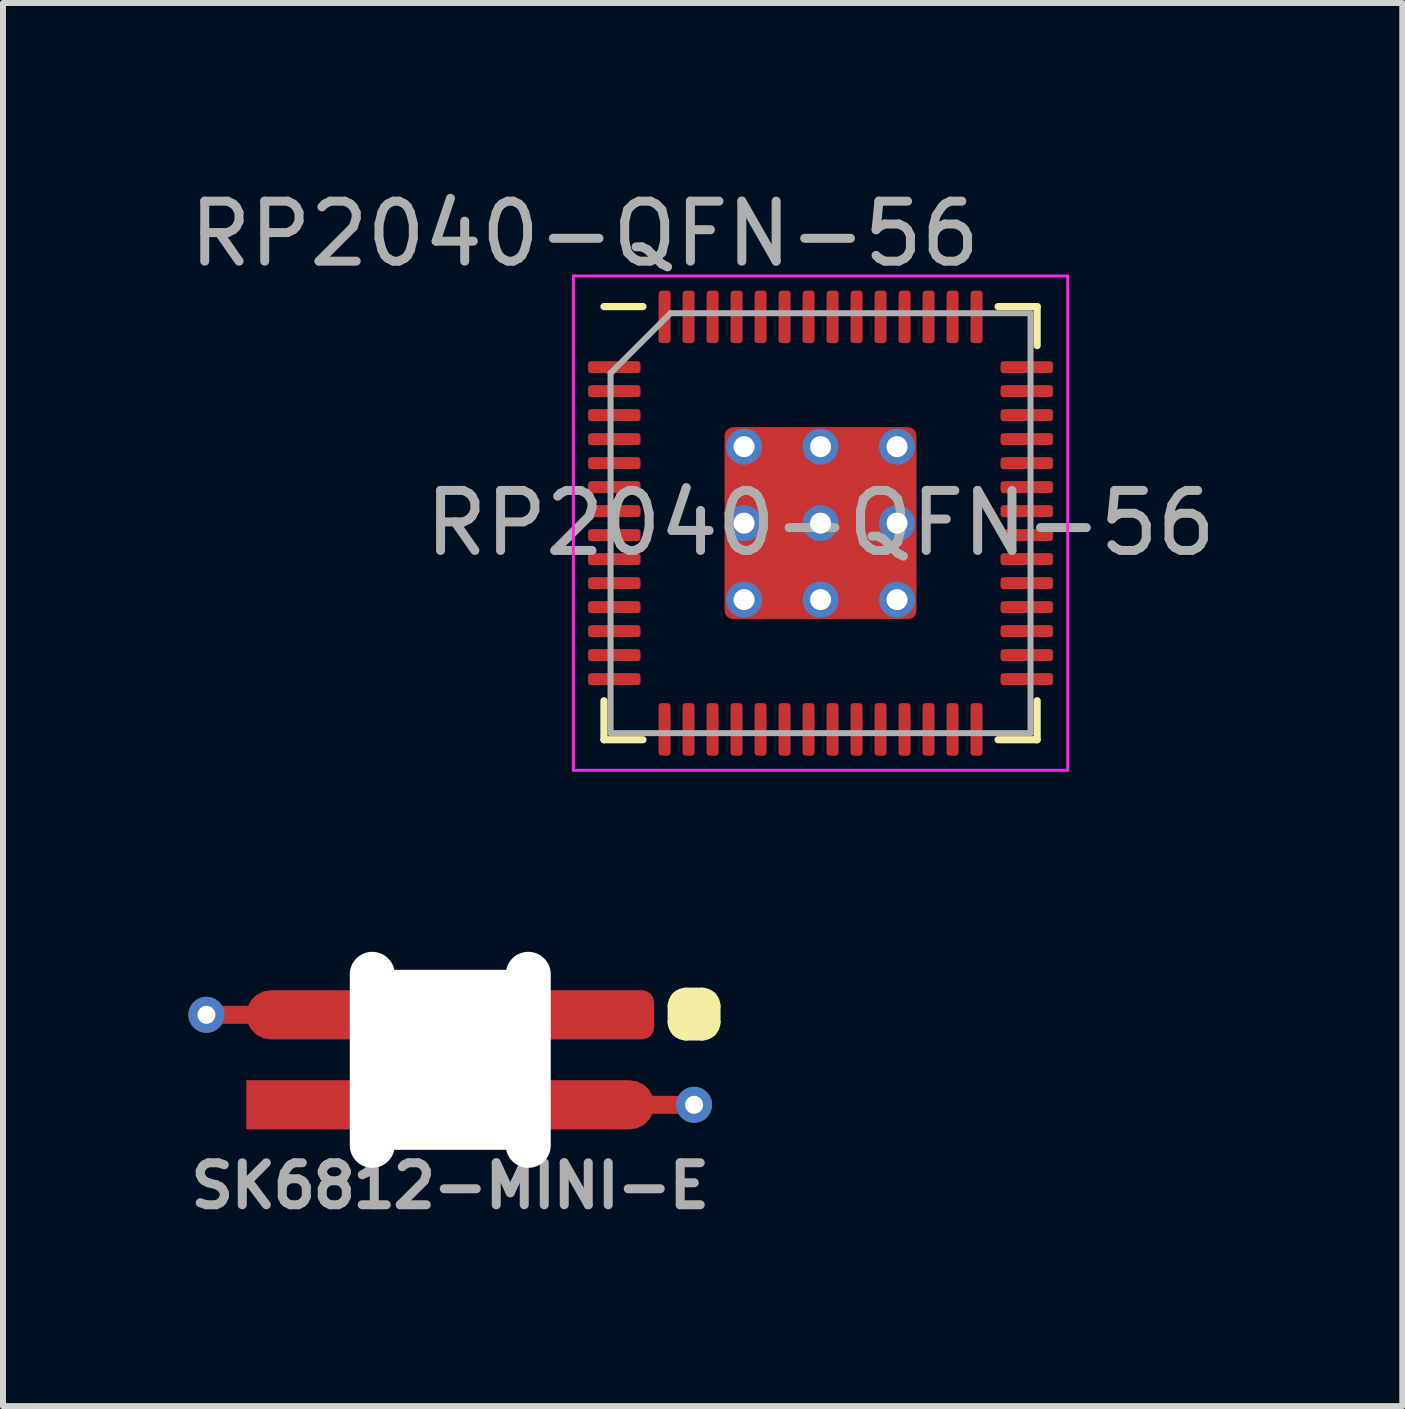
<source format=kicad_pcb>
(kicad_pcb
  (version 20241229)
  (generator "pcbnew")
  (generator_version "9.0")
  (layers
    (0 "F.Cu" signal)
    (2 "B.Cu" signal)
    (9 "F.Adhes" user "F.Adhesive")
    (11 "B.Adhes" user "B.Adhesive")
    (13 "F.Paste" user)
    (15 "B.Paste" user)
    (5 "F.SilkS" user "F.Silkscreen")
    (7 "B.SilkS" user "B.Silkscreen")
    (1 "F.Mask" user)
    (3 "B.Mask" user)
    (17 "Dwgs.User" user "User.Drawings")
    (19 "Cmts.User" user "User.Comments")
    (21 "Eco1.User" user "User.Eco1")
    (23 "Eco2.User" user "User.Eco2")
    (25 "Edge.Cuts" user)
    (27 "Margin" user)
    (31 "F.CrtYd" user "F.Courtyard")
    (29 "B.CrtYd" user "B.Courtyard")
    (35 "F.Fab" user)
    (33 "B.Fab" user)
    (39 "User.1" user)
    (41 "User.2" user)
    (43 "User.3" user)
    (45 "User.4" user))
  (footprint "RP2040-QFN-56"
    (layer "F.Cu")
    (at 10.627 5.67)
    (property "Reference" "RP2040-QFN-56" (at -3.931 -4.822 180) (layer "F.Fab") (effects (font (size 1 1) (thickness 0.15))))
    (attr smd)
    (fp_line (start -3.61 3.61) (end -3.61 2.96) (stroke (width 0.12) (type solid)) (layer "F.SilkS"))
    (fp_line (start -2.96 -3.61) (end -3.61 -3.61) (stroke (width 0.12) (type solid)) (layer "F.SilkS"))
    (fp_line (start -2.96 3.61) (end -3.61 3.61) (stroke (width 0.12) (type solid)) (layer "F.SilkS"))
    (fp_line (start 2.96 -3.61) (end 3.61 -3.61) (stroke (width 0.12) (type solid)) (layer "F.SilkS"))
    (fp_line (start 2.96 3.61) (end 3.61 3.61) (stroke (width 0.12) (type solid)) (layer "F.SilkS"))
    (fp_line (start 3.61 -3.61) (end 3.61 -2.96) (stroke (width 0.12) (type solid)) (layer "F.SilkS"))
    (fp_line (start 3.61 3.61) (end 3.61 2.96) (stroke (width 0.12) (type solid)) (layer "F.SilkS"))
    (fp_line (start -4.12 -4.12) (end -4.12 4.12) (stroke (width 0.05) (type solid)) (layer "F.CrtYd"))
    (fp_line (start -4.12 4.12) (end 4.12 4.12) (stroke (width 0.05) (type solid)) (layer "F.CrtYd"))
    (fp_line (start 4.12 -4.12) (end -4.12 -4.12) (stroke (width 0.05) (type solid)) (layer "F.CrtYd"))
    (fp_line (start 4.12 4.12) (end 4.12 -4.12) (stroke (width 0.05) (type solid)) (layer "F.CrtYd"))
    (fp_line (start -3.5 -2.5) (end -2.5 -3.5) (stroke (width 0.1) (type solid)) (layer "F.Fab"))
    (fp_line (start -3.5 3.5) (end -3.5 -2.5) (stroke (width 0.1) (type solid)) (layer "F.Fab"))
    (fp_line (start -2.5 -3.5) (end 3.5 -3.5) (stroke (width 0.1) (type solid)) (layer "F.Fab"))
    (fp_line (start 3.5 -3.5) (end 3.5 3.5) (stroke (width 0.1) (type solid)) (layer "F.Fab"))
    (fp_line (start 3.5 3.5) (end -3.5 3.5) (stroke (width 0.1) (type solid)) (layer "F.Fab"))
    (fp_text user "${REFERENCE}" (at 0 0 180) (layer "F.Fab") (effects (font (size 1 1) (thickness 0.15))))
    (pad "" smd roundrect (at -0.637 -0.637) (size 1.084 1.084) (layers "F.Paste") (roundrect_rratio 0.231))
    (pad "" smd roundrect (at -0.637 0.637) (size 1.084 1.084) (layers "F.Paste") (roundrect_rratio 0.231))
    (pad "" smd roundrect (at 0.637 -0.637) (size 1.084 1.084) (layers "F.Paste") (roundrect_rratio 0.231))
    (pad "" smd roundrect (at 0.637 0.637) (size 1.084 1.084) (layers "F.Paste") (roundrect_rratio 0.231))
    (pad "1" smd roundrect (at -3.438 -2.6) (size 0.875 0.2) (layers "F.Cu" "F.Mask" "F.Paste") (roundrect_rratio 0.25))
    (pad "2" smd roundrect (at -3.438 -2.2) (size 0.875 0.2) (layers "F.Cu" "F.Mask" "F.Paste") (roundrect_rratio 0.25))
    (pad "3" smd roundrect (at -3.438 -1.8) (size 0.875 0.2) (layers "F.Cu" "F.Mask" "F.Paste") (roundrect_rratio 0.25))
    (pad "4" smd roundrect (at -3.438 -1.4) (size 0.875 0.2) (layers "F.Cu" "F.Mask" "F.Paste") (roundrect_rratio 0.25))
    (pad "5" smd roundrect (at -3.438 -1) (size 0.875 0.2) (layers "F.Cu" "F.Mask" "F.Paste") (roundrect_rratio 0.25))
    (pad "6" smd roundrect (at -3.438 -0.6) (size 0.875 0.2) (layers "F.Cu" "F.Mask" "F.Paste") (roundrect_rratio 0.25))
    (pad "7" smd roundrect (at -3.438 -0.2) (size 0.875 0.2) (layers "F.Cu" "F.Mask" "F.Paste") (roundrect_rratio 0.25))
    (pad "8" smd roundrect (at -3.438 0.2) (size 0.875 0.2) (layers "F.Cu" "F.Mask" "F.Paste") (roundrect_rratio 0.25))
    (pad "9" smd roundrect (at -3.438 0.6) (size 0.875 0.2) (layers "F.Cu" "F.Mask" "F.Paste") (roundrect_rratio 0.25))
    (pad "10" smd roundrect (at -3.438 1) (size 0.875 0.2) (layers "F.Cu" "F.Mask" "F.Paste") (roundrect_rratio 0.25))
    (pad "11" smd roundrect (at -3.438 1.4) (size 0.875 0.2) (layers "F.Cu" "F.Mask" "F.Paste") (roundrect_rratio 0.25))
    (pad "12" smd roundrect (at -3.438 1.8) (size 0.875 0.2) (layers "F.Cu" "F.Mask" "F.Paste") (roundrect_rratio 0.25))
    (pad "13" smd roundrect (at -3.438 2.2) (size 0.875 0.2) (layers "F.Cu" "F.Mask" "F.Paste") (roundrect_rratio 0.25))
    (pad "14" smd roundrect (at -3.438 2.6) (size 0.875 0.2) (layers "F.Cu" "F.Mask" "F.Paste") (roundrect_rratio 0.25))
    (pad "15" smd roundrect (at -2.6 3.438) (size 0.2 0.875) (layers "F.Cu" "F.Mask" "F.Paste") (roundrect_rratio 0.25))
    (pad "16" smd roundrect (at -2.2 3.438) (size 0.2 0.875) (layers "F.Cu" "F.Mask" "F.Paste") (roundrect_rratio 0.25))
    (pad "17" smd roundrect (at -1.8 3.438) (size 0.2 0.875) (layers "F.Cu" "F.Mask" "F.Paste") (roundrect_rratio 0.25))
    (pad "18" smd roundrect (at -1.4 3.438) (size 0.2 0.875) (layers "F.Cu" "F.Mask" "F.Paste") (roundrect_rratio 0.25))
    (pad "19" smd roundrect (at -1 3.438) (size 0.2 0.875) (layers "F.Cu" "F.Mask" "F.Paste") (roundrect_rratio 0.25))
    (pad "20" smd roundrect (at -0.6 3.438) (size 0.2 0.875) (layers "F.Cu" "F.Mask" "F.Paste") (roundrect_rratio 0.25))
    (pad "21" smd roundrect (at -0.2 3.438) (size 0.2 0.875) (layers "F.Cu" "F.Mask" "F.Paste") (roundrect_rratio 0.25))
    (pad "22" smd roundrect (at 0.2 3.438) (size 0.2 0.875) (layers "F.Cu" "F.Mask" "F.Paste") (roundrect_rratio 0.25))
    (pad "23" smd roundrect (at 0.6 3.438) (size 0.2 0.875) (layers "F.Cu" "F.Mask" "F.Paste") (roundrect_rratio 0.25))
    (pad "24" smd roundrect (at 1 3.438) (size 0.2 0.875) (layers "F.Cu" "F.Mask" "F.Paste") (roundrect_rratio 0.25))
    (pad "25" smd roundrect (at 1.4 3.438) (size 0.2 0.875) (layers "F.Cu" "F.Mask" "F.Paste") (roundrect_rratio 0.25))
    (pad "26" smd roundrect (at 1.8 3.438) (size 0.2 0.875) (layers "F.Cu" "F.Mask" "F.Paste") (roundrect_rratio 0.25))
    (pad "27" smd roundrect (at 2.2 3.438) (size 0.2 0.875) (layers "F.Cu" "F.Mask" "F.Paste") (roundrect_rratio 0.25))
    (pad "28" smd roundrect (at 2.6 3.438) (size 0.2 0.875) (layers "F.Cu" "F.Mask" "F.Paste") (roundrect_rratio 0.25))
    (pad "29" smd roundrect (at 3.438 2.6) (size 0.875 0.2) (layers "F.Cu" "F.Mask" "F.Paste") (roundrect_rratio 0.25))
    (pad "30" smd roundrect (at 3.438 2.2) (size 0.875 0.2) (layers "F.Cu" "F.Mask" "F.Paste") (roundrect_rratio 0.25))
    (pad "31" smd roundrect (at 3.438 1.8) (size 0.875 0.2) (layers "F.Cu" "F.Mask" "F.Paste") (roundrect_rratio 0.25))
    (pad "32" smd roundrect (at 3.438 1.4) (size 0.875 0.2) (layers "F.Cu" "F.Mask" "F.Paste") (roundrect_rratio 0.25))
    (pad "33" smd roundrect (at 3.438 1) (size 0.875 0.2) (layers "F.Cu" "F.Mask" "F.Paste") (roundrect_rratio 0.25))
    (pad "34" smd roundrect (at 3.438 0.6) (size 0.875 0.2) (layers "F.Cu" "F.Mask" "F.Paste") (roundrect_rratio 0.25))
    (pad "35" smd roundrect (at 3.438 0.2) (size 0.875 0.2) (layers "F.Cu" "F.Mask" "F.Paste") (roundrect_rratio 0.25))
    (pad "36" smd roundrect (at 3.438 -0.2) (size 0.875 0.2) (layers "F.Cu" "F.Mask" "F.Paste") (roundrect_rratio 0.25))
    (pad "37" smd roundrect (at 3.438 -0.6) (size 0.875 0.2) (layers "F.Cu" "F.Mask" "F.Paste") (roundrect_rratio 0.25))
    (pad "38" smd roundrect (at 3.438 -1) (size 0.875 0.2) (layers "F.Cu" "F.Mask" "F.Paste") (roundrect_rratio 0.25))
    (pad "39" smd roundrect (at 3.438 -1.4) (size 0.875 0.2) (layers "F.Cu" "F.Mask" "F.Paste") (roundrect_rratio 0.25))
    (pad "40" smd roundrect (at 3.438 -1.8) (size 0.875 0.2) (layers "F.Cu" "F.Mask" "F.Paste") (roundrect_rratio 0.25))
    (pad "41" smd roundrect (at 3.438 -2.2) (size 0.875 0.2) (layers "F.Cu" "F.Mask" "F.Paste") (roundrect_rratio 0.25))
    (pad "42" smd roundrect (at 3.438 -2.6) (size 0.875 0.2) (layers "F.Cu" "F.Mask" "F.Paste") (roundrect_rratio 0.25))
    (pad "43" smd roundrect (at 2.6 -3.438) (size 0.2 0.875) (layers "F.Cu" "F.Mask" "F.Paste") (roundrect_rratio 0.25))
    (pad "44" smd roundrect (at 2.2 -3.438) (size 0.2 0.875) (layers "F.Cu" "F.Mask" "F.Paste") (roundrect_rratio 0.25))
    (pad "45" smd roundrect (at 1.8 -3.438) (size 0.2 0.875) (layers "F.Cu" "F.Mask" "F.Paste") (roundrect_rratio 0.25))
    (pad "46" smd roundrect (at 1.4 -3.438) (size 0.2 0.875) (layers "F.Cu" "F.Mask" "F.Paste") (roundrect_rratio 0.25))
    (pad "47" smd roundrect (at 1 -3.438) (size 0.2 0.875) (layers "F.Cu" "F.Mask" "F.Paste") (roundrect_rratio 0.25))
    (pad "48" smd roundrect (at 0.6 -3.438) (size 0.2 0.875) (layers "F.Cu" "F.Mask" "F.Paste") (roundrect_rratio 0.25))
    (pad "49" smd roundrect (at 0.2 -3.438) (size 0.2 0.875) (layers "F.Cu" "F.Mask" "F.Paste") (roundrect_rratio 0.25))
    (pad "50" smd roundrect (at -0.2 -3.438) (size 0.2 0.875) (layers "F.Cu" "F.Mask" "F.Paste") (roundrect_rratio 0.25))
    (pad "51" smd roundrect (at -0.6 -3.438) (size 0.2 0.875) (layers "F.Cu" "F.Mask" "F.Paste") (roundrect_rratio 0.25))
    (pad "52" smd roundrect (at -1 -3.438) (size 0.2 0.875) (layers "F.Cu" "F.Mask" "F.Paste") (roundrect_rratio 0.25))
    (pad "53" smd roundrect (at -1.4 -3.438) (size 0.2 0.875) (layers "F.Cu" "F.Mask" "F.Paste") (roundrect_rratio 0.25))
    (pad "54" smd roundrect (at -1.8 -3.438) (size 0.2 0.875) (layers "F.Cu" "F.Mask" "F.Paste") (roundrect_rratio 0.25))
    (pad "55" smd roundrect (at -2.2 -3.438) (size 0.2 0.875) (layers "F.Cu" "F.Mask" "F.Paste") (roundrect_rratio 0.25))
    (pad "56" smd roundrect (at -2.6 -3.438) (size 0.2 0.875) (layers "F.Cu" "F.Mask" "F.Paste") (roundrect_rratio 0.25))
    (pad "57" thru_hole circle (at -1.275 -1.275) (size 0.6 0.6) (drill 0.35) (layers "*.Cu"))
    (pad "57" thru_hole circle (at -1.275 0) (size 0.6 0.6) (drill 0.35) (layers "*.Cu"))
    (pad "57" thru_hole circle (at -1.275 1.275) (size 0.6 0.6) (drill 0.35) (layers "*.Cu"))
    (pad "57" thru_hole circle (at 0 -1.275) (size 0.6 0.6) (drill 0.35) (layers "*.Cu"))
    (pad "57" thru_hole circle (at 0 0) (size 0.6 0.6) (drill 0.35) (layers "*.Cu"))
    (pad "57" smd roundrect (at 0 0) (size 3.2 3.2) (layers "F.Cu" "F.Mask") (roundrect_rratio 0.045))
    (pad "57" thru_hole circle (at 0 1.275) (size 0.6 0.6) (drill 0.35) (layers "*.Cu"))
    (pad "57" thru_hole circle (at 1.275 -1.275) (size 0.6 0.6) (drill 0.35) (layers "*.Cu"))
    (pad "57" thru_hole circle (at 1.275 0) (size 0.6 0.6) (drill 0.35) (layers "*.Cu"))
    (pad "57" thru_hole circle (at 1.275 1.275) (size 0.6 0.6) (drill 0.35) (layers "*.Cu")))
  (footprint "SK6812-MINI-E"
    (layer "F.Cu")
    (at 4.455 14.615)
    (property "Reference" "SK6812-MINI-E" (at 0 2.1 0) (layer "F.Fab") (effects (font (size 0.7 0.7) (thickness 0.15))))
    (attr smd)
    (fp_line (start 3.683 -0.631) (end 3.683 -0.893) (stroke (width 0.12) (type default)) (layer "F.SilkS"))
    (fp_line (start 3.933 -1.143) (end 4.195 -1.143) (stroke (width 0.12) (type default)) (layer "F.SilkS"))
    (fp_line (start 4.195 -0.381) (end 3.933 -0.381) (stroke (width 0.12) (type default)) (layer "F.SilkS"))
    (fp_line (start 4.445 -0.893) (end 4.445 -0.631) (stroke (width 0.12) (type default)) (layer "F.SilkS"))
    (fp_rect (start 3.756 -1.07) (end 4.372 -0.454) (stroke (width 0.12) (type solid)) (fill yes) (layer "F.SilkS"))
    (fp_arc (start 3.683 -0.893) (mid 3.756223 -1.069777) (end 3.933 -1.143) (stroke (width 0.12) (type default)) (layer "F.SilkS"))
    (fp_arc (start 3.933 -0.381) (mid 3.756223 -0.454223) (end 3.683 -0.631) (stroke (width 0.12) (type default)) (layer "F.SilkS"))
    (fp_arc (start 4.195 -1.143) (mid 4.371777 -1.069777) (end 4.445 -0.893) (stroke (width 0.12) (type default)) (layer "F.SilkS"))
    (fp_arc (start 4.445 -0.631) (mid 4.371777 -0.454223) (end 4.195 -0.381) (stroke (width 0.12) (type default)) (layer "F.SilkS"))
    (fp_line (start -1.6 -1.4) (end 1.6 -1.4) (stroke (width 0.12) (type solid)) (layer "Cmts.User"))
    (fp_line (start -1.6 1.4) (end -1.6 -1.4) (stroke (width 0.12) (type solid)) (layer "Cmts.User"))
    (fp_line (start 1.6 -1.4) (end 1.6 1.4) (stroke (width 0.12) (type solid)) (layer "Cmts.User"))
    (fp_line (start 1.6 1.4) (end -1.6 1.4) (stroke (width 0.12) (type solid)) (layer "Cmts.User"))
    (pad "" np_thru_hole oval (at -1.3 0) (size 0.75 3.6) (drill oval 0.75 3.6) (layers "*.Cu" "*.Mask"))
    (pad "" np_thru_hole oval (at 0 -1.25 90) (size 0.5 3) (drill oval 0.5 3) (layers "*.Cu" "*.Mask"))
    (pad "" np_thru_hole oval (at 0 0) (size 3.3 2.9) (drill oval 3.3 2.9) (layers "*.Cu" "*.Mask"))
    (pad "" np_thru_hole oval (at 0 1.25 90) (size 0.5 3) (drill oval 0.5 3) (layers "*.Cu" "*.Mask"))
    (pad "" np_thru_hole oval (at 1.3 0) (size 0.75 3.6) (drill oval 0.75 3.6) (layers "*.Cu" "*.Mask"))
    (pad "1" smd rect (at -2.526 0.75) (size 1.749 0.82) (layers "F.Cu" "F.Mask" "F.Paste"))
    (pad "2" thru_hole circle (at -4.064 -0.75) (size 0.6 0.6) (drill 0.3) (layers "*.Cu"))
    (pad "2" smd rect (at -3.048 -0.75) (size 2.13 0.3) (layers "F.Cu"))
    (pad "2" smd roundrect (at -2.335 -0.75) (size 2.13 0.82) (layers "F.Cu" "F.Mask" "F.Paste") (roundrect_rratio 0.5))
    (pad "3" smd roundrect (at 2.398 -0.75) (size 2.003 0.82) (layers "F.Cu" "F.Mask" "F.Paste") (roundrect_rratio 0.25))
    (pad "4" smd roundrect (at 2.335 0.75) (size 2.13 0.82) (layers "F.Cu" "F.Mask" "F.Paste") (roundrect_rratio 0.5))
    (pad "4" smd rect (at 3.048 0.75) (size 2.13 0.3) (layers "F.Cu"))
    (pad "4" thru_hole circle (at 4.064 0.75) (size 0.6 0.6) (drill 0.3) (layers "*.Cu")))
  (gr_rect
    (start -3 -3)
    (end 20.324 20.388)
    (stroke (width 0.1) (type default))
    (fill no)
    (layer "Edge.Cuts")))
</source>
